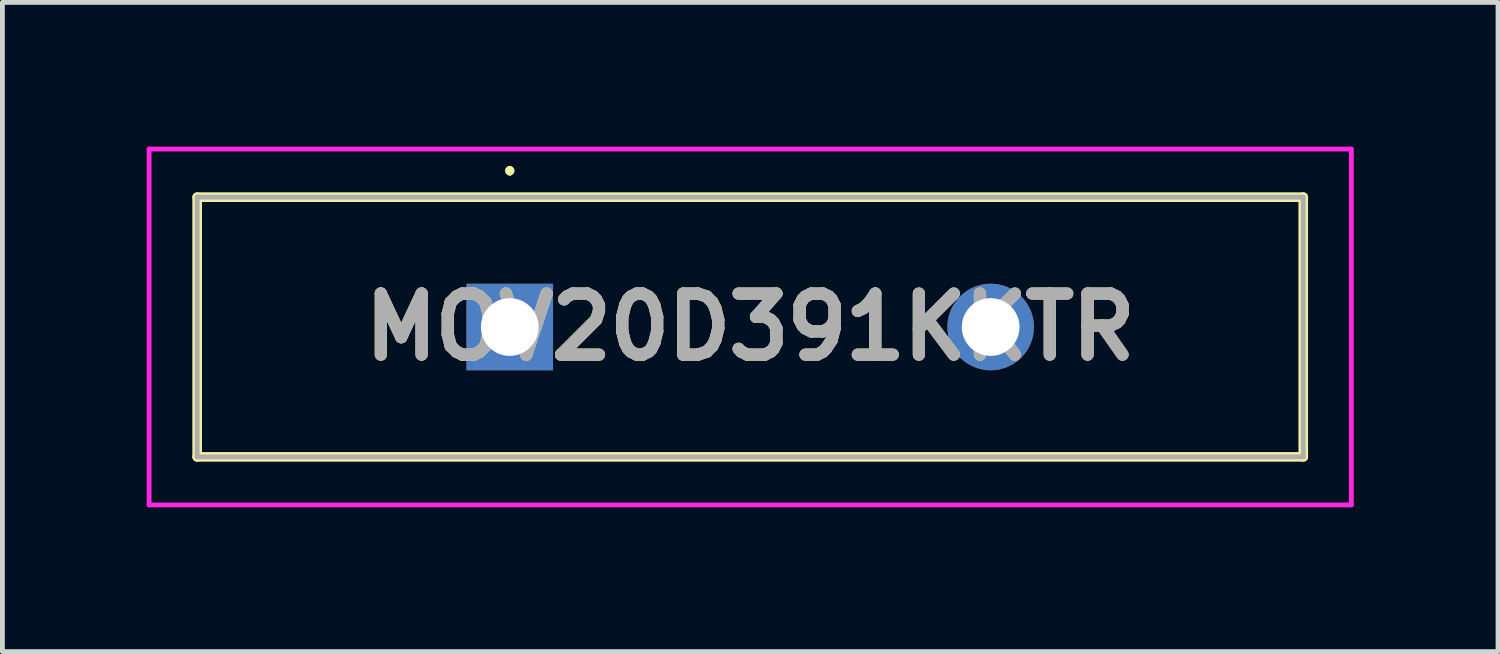
<source format=kicad_pcb>
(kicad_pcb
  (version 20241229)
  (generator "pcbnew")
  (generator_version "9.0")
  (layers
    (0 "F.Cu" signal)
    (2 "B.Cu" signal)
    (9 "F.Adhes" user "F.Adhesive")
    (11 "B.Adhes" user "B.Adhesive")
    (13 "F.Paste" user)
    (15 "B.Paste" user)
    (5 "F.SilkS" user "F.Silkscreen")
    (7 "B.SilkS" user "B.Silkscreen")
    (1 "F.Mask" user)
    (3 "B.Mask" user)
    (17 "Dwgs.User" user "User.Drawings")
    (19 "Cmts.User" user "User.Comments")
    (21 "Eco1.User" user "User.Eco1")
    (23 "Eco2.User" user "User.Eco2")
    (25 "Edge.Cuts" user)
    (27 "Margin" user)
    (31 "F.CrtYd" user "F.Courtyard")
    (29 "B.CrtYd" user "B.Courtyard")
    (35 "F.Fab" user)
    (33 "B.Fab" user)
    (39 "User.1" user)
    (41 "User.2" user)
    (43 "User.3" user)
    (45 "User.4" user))
  (footprint "MOV20D391KKTR"
    (layer "F.Cu")
    (at 7.55 3.75)
    (property "Reference" "MOV20D391KKTR" (at 5 0 0) (layer "F.SilkS") (effects (font (size 1.27 1.27) (thickness 0.254))))
    (attr through_hole)
    (fp_line (start -6.5 -2.7) (end -6.5 2.7) (stroke (width 0.2) (type solid)) (layer "F.SilkS"))
    (fp_line (start -6.5 2.7) (end 16.5 2.7) (stroke (width 0.2) (type solid)) (layer "F.SilkS"))
    (fp_line (start 0 -3.3) (end 0 -3.3) (stroke (width 0.1) (type solid)) (layer "F.SilkS"))
    (fp_line (start 0 -3.2) (end 0 -3.2) (stroke (width 0.1) (type solid)) (layer "F.SilkS"))
    (fp_line (start 16.5 -2.7) (end -6.5 -2.7) (stroke (width 0.2) (type solid)) (layer "F.SilkS"))
    (fp_line (start 16.5 2.7) (end 16.5 -2.7) (stroke (width 0.2) (type solid)) (layer "F.SilkS"))
    (fp_arc (start 0 -3.3) (mid 0.05 -3.25) (end 0 -3.2) (stroke (width 0.1) (type solid)) (layer "F.SilkS"))
    (fp_arc (start 0 -3.2) (mid -0.05 -3.25) (end 0 -3.3) (stroke (width 0.1) (type solid)) (layer "F.SilkS"))
    (fp_line (start -7.5 -3.7) (end 17.5 -3.7) (stroke (width 0.1) (type solid)) (layer "F.CrtYd"))
    (fp_line (start -7.5 3.7) (end -7.5 -3.7) (stroke (width 0.1) (type solid)) (layer "F.CrtYd"))
    (fp_line (start 17.5 -3.7) (end 17.5 3.7) (stroke (width 0.1) (type solid)) (layer "F.CrtYd"))
    (fp_line (start 17.5 3.7) (end -7.5 3.7) (stroke (width 0.1) (type solid)) (layer "F.CrtYd"))
    (fp_line (start -6.5 -2.7) (end -6.5 2.7) (stroke (width 0.1) (type solid)) (layer "F.Fab"))
    (fp_line (start -6.5 2.7) (end 16.5 2.7) (stroke (width 0.1) (type solid)) (layer "F.Fab"))
    (fp_line (start 16.5 -2.7) (end -6.5 -2.7) (stroke (width 0.1) (type solid)) (layer "F.Fab"))
    (fp_line (start 16.5 2.7) (end 16.5 -2.7) (stroke (width 0.1) (type solid)) (layer "F.Fab"))
    (fp_text user "${REFERENCE}" (at 5 0 0) (layer "F.Fab") (effects (font (size 1.27 1.27) (thickness 0.254))))
    (pad "1" thru_hole rect (at 0 0) (size 1.8 1.8) (drill 1.2) (layers "*.Cu" "*.Mask"))
    (pad "2" thru_hole circle (at 10 0) (size 1.8 1.8) (drill 1.2) (layers "*.Cu" "*.Mask")))
  (gr_rect
    (start -3 -3)
    (end 28.1 10.5)
    (stroke (width 0.1) (type default))
    (fill no)
    (layer "Edge.Cuts")))
</source>
